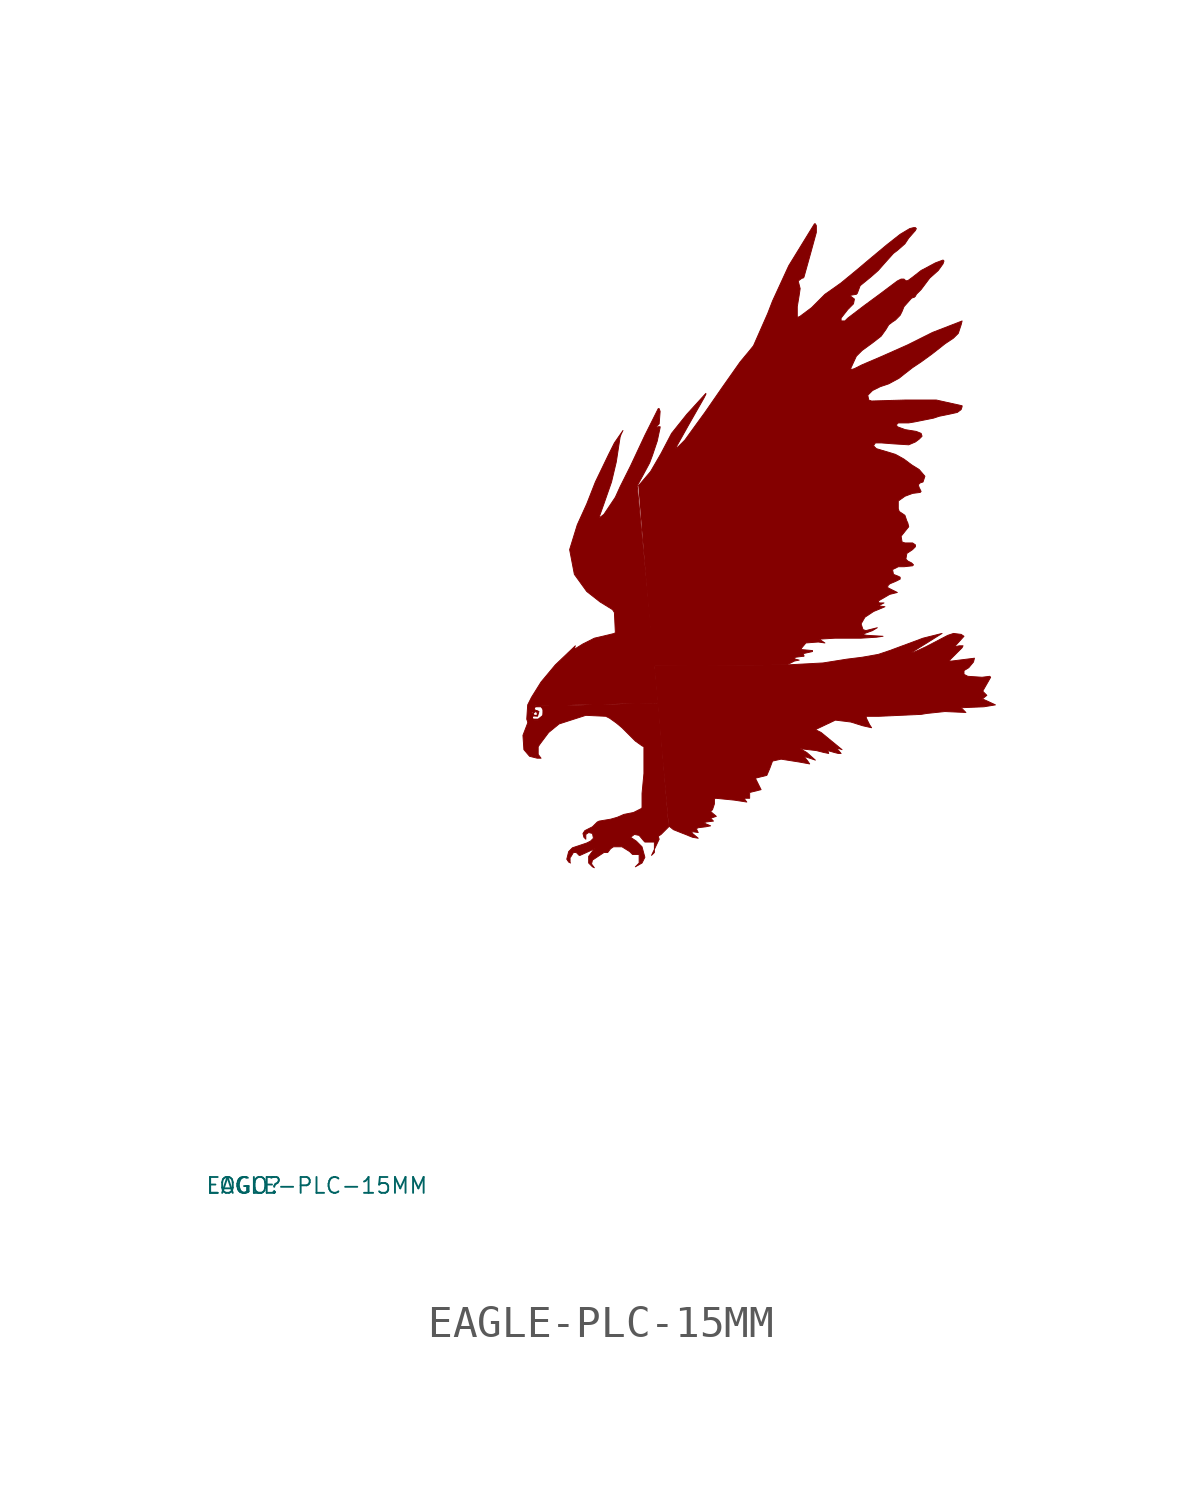
<source format=kicad_sym>
(kicad_symbol_lib
  (version 20220914)
  (generator Eagle2Kicad)
  (symbol "EAGLE-PLC-15MM"
    (property "Reference" "LOGO"
      (at -10 -10 0)
      (effects (font (size 0.5 0.5) (thickness 0.06)) (justify left)))
    (property "Value" "EAGLE-PLC-15MM"
      (at -10 -10 0)
      (effects (font (size 0.5 0.5) (thickness 0.06)) (justify left)))
    (polyline
      (pts (xy 1.533 0.18) (xy 1.473 0.21) (xy 1.413 0.301) (xy 1.473 0.541) (xy 1.593 0.661) (xy 1.864 0.751) (xy 2.044 0.812) (xy 2.164 0.872) (xy 2.255 0.962) (xy 2.224 1.112) (xy 2.104 1.142) (xy 2.014 1.082) (xy 2.014 0.932) (xy 1.954 0.992) (xy 1.924 1.112) (xy 1.984 1.202) (xy 2.104 1.263) (xy 2.224 1.323) (xy 2.284 1.383) (xy 2.375 1.473) (xy 2.435 1.503) (xy 2.796 1.563) (xy 3.006 1.623) (xy 3.216 1.714) (xy 3.367 1.744) (xy 3.517 1.774) (xy 3.757 1.894) (xy 3.788 1.924) (xy 3.788 2.375) (xy 3.848 3.006) (xy 3.848 3.848) (xy 3.788 3.878) (xy 3.577 4.028) (xy 3.367 4.238) (xy 3.156 4.449) (xy 2.976 4.599) (xy 2.766 4.749) (xy 2.645 4.81) (xy 2.014 4.84) (xy 1.172 4.569) (xy 0.842 4.299) (xy 0.571 3.938) (xy 0.511 3.848) (xy 0.511 3.607) (xy 0.601 3.487) (xy 0.481 3.487) (xy 0.24 3.547) (xy 0.06 3.757) (xy 0.03 4.208) (xy 0.18 4.599) (xy 0.18 4.63) (xy 0.15 4.72) (xy 0.18 5.17) (xy 0.301 5.411) (xy 0.601 5.892) (xy 1.052 6.433) (xy 1.683 7.034) (xy 1.653 6.944) (xy 1.683 6.944) (xy 1.924 7.094) (xy 2.284 7.275) (xy 2.916 7.425) (xy 2.946 7.455) (xy 2.916 8.086) (xy 2.856 8.176) (xy 2.465 8.417) (xy 2.044 8.747) (xy 1.653 9.289) (xy 1.503 10.07) (xy 1.744 10.852) (xy 2.044 11.513) (xy 2.315 12.204) (xy 2.735 13.076) (xy 2.916 13.437) (xy 3.186 13.828) (xy 3.127 13.707) (xy 3.096 13.617) (xy 2.976 12.836) (xy 2.826 12.204) (xy 2.585 11.513) (xy 2.435 11.092) (xy 2.465 11.092) (xy 2.585 11.182) (xy 2.946 11.723) (xy 3.096 12.054) (xy 3.427 12.715) (xy 3.878 13.678) (xy 4.299 14.519) (xy 4.329 14.519) (xy 4.359 14.429) (xy 4.329 14.038) (xy 4.238 13.948) (xy 4.238 13.918) (xy 4.299 13.948) (xy 4.359 13.948) (xy 4.359 13.918) (xy 4.269 13.497) (xy 4.118 13.046) (xy 4.028 12.806) (xy 3.818 12.415) (xy 3.637 12.084) (xy 4.299 5.231) (xy 0.421 5.14) (xy 0.301 4.96) (xy 0.301 4.81) (xy 0.331 4.72) (xy 0.391 4.689) (xy 0.511 4.689) (xy 0.661 4.81) (xy 0.661 5.08) (xy 0.601 5.14) (xy 1.052 5.14) (xy 4.299 5.23) (xy 4.63 1.323) (xy 4.389 1.082) (xy 4.299 1.022) (xy 4.329 0.932) (xy 4.088 0.421) (xy 4.178 0.511) (xy 4.178 0.842) (xy 3.878 0.842) (xy 3.848 0.872) (xy 3.697 1.052) (xy 3.547 1.082) (xy 3.427 0.992) (xy 3.607 0.872) (xy 3.788 0.691) (xy 3.878 0.361) (xy 3.788 0.18) (xy 3.577 0.06) (xy 3.697 0.18) (xy 3.697 0.451) (xy 3.487 0.451) (xy 3.397 0.541) (xy 3.156 0.691) (xy 2.886 0.691) (xy 2.796 0.631) (xy 2.705 0.511) (xy 2.585 0.511) (xy 2.315 0.331) (xy 2.224 0.271) (xy 2.194 0.15) (xy 2.284 0.03) (xy 2.224 0.06) (xy 2.104 0.18) (xy 2.104 0.391) (xy 2.284 0.631) (xy 2.164 0.571) (xy 1.834 0.421) (xy 1.804 0.421) (xy 1.714 0.511) (xy 1.623 0.511) (xy 1.533 0.361))
      (stroke (width 0.03) (type default))
      (fill (type outline)))
    (polyline
      (pts (xy 3.667 12.084) (xy 3.728 12.145) (xy 4.058 12.535) (xy 4.389 13.106) (xy 4.72 13.738) (xy 5.2 14.339) (xy 5.802 15) (xy 5.802 14.97) (xy 5.741 14.85) (xy 5.261 14.008) (xy 4.84 13.256) (xy 4.93 13.317) (xy 5.14 13.527) (xy 5.531 14.068) (xy 5.772 14.399) (xy 6.313 15.181) (xy 6.884 15.992) (xy 7.184 16.353) (xy 7.305 16.503) (xy 7.755 17.525) (xy 7.906 17.916) (xy 8.417 19.028) (xy 9.229 20.351) (xy 9.258 20.351) (xy 9.289 20.291) (xy 9.289 20.08) (xy 9.108 19.419) (xy 8.898 18.667) (xy 8.868 18.637) (xy 8.838 18.637) (xy 8.717 18.547) (xy 8.747 18.427) (xy 8.778 18.307) (xy 8.747 18.096) (xy 8.687 17.735) (xy 8.687 17.405) (xy 8.717 17.405) (xy 8.778 17.435) (xy 9.139 17.705) (xy 9.559 18.126) (xy 9.86 18.337) (xy 10.07 18.487) (xy 10.581 18.908) (xy 10.972 19.238) (xy 11.513 19.689) (xy 11.934 20.02) (xy 12.235 20.2) (xy 12.355 20.23) (xy 12.415 20.23) (xy 12.445 20.2) (xy 12.415 20.14) (xy 12.204 19.9) (xy 12.084 19.719) (xy 11.844 19.509) (xy 11.723 19.419) (xy 11.453 19.118) (xy 11.242 18.878) (xy 11.002 18.667) (xy 10.671 18.397) (xy 10.581 18.157) (xy 10.551 18.126) (xy 10.371 18.096) (xy 10.371 18.066) (xy 10.491 17.976) (xy 10.461 17.826) (xy 10.281 17.645) (xy 10.07 17.375) (xy 10.07 17.285) (xy 10.19 17.285) (xy 10.281 17.375) (xy 10.792 17.765) (xy 11.242 18.096) (xy 11.844 18.547) (xy 11.964 18.607) (xy 12.054 18.607) (xy 12.084 18.577) (xy 12.145 18.547) (xy 12.204 18.577) (xy 12.325 18.667) (xy 12.595 18.878) (xy 13.046 19.118) (xy 13.287 19.208) (xy 13.317 19.178) (xy 13.287 19.088) (xy 13.136 18.878) (xy 12.866 18.637) (xy 12.595 18.276) (xy 12.445 18.126) (xy 12.415 18.066) (xy 12.385 18.036) (xy 12.295 18.006) (xy 12.054 17.735) (xy 11.994 17.585) (xy 11.934 17.465) (xy 11.784 17.314) (xy 11.693 17.255) (xy 11.573 17.164) (xy 11.483 17.014) (xy 11.333 16.804) (xy 11.062 16.593) (xy 10.732 16.353) (xy 10.551 16.172) (xy 10.371 15.781) (xy 10.401 15.752) (xy 10.491 15.781) (xy 10.732 15.902) (xy 11.363 16.172) (xy 12.175 16.533) (xy 12.956 16.924) (xy 13.888 17.285) (xy 13.858 17.164) (xy 13.768 16.894) (xy 13.617 16.744) (xy 13.347 16.563) (xy 13.196 16.443) (xy 12.926 16.232) (xy 12.595 15.992) (xy 12.325 15.812) (xy 12.054 15.601) (xy 11.904 15.481) (xy 11.573 15.301) (xy 11.303 15.21) (xy 11.062 15.09) (xy 10.912 14.94) (xy 10.942 14.79) (xy 11.032 14.759) (xy 12.084 14.79) (xy 13.076 14.79) (xy 13.888 14.609) (xy 13.888 14.579) (xy 13.858 14.489) (xy 13.738 14.399) (xy 13.467 14.339) (xy 13.166 14.278) (xy 12.986 14.218) (xy 12.685 14.158) (xy 12.385 14.098) (xy 12.204 14.068) (xy 11.874 14.068) (xy 11.814 14.008) (xy 11.844 13.948) (xy 12.084 13.858) (xy 12.445 13.798) (xy 12.595 13.738) (xy 12.625 13.648) (xy 12.535 13.557) (xy 12.415 13.467) (xy 12.204 13.377) (xy 11.723 13.407) (xy 11.333 13.437) (xy 11.152 13.437) (xy 11.092 13.347) (xy 11.182 13.256) (xy 11.784 13.076) (xy 12.054 12.926) (xy 12.295 12.745) (xy 12.535 12.595) (xy 12.715 12.385) (xy 12.655 12.204) (xy 12.565 12.175) (xy 12.505 12.114) (xy 12.535 12.024) (xy 12.595 11.904) (xy 12.565 11.874) (xy 12.325 11.844) (xy 12.084 11.753) (xy 11.874 11.603) (xy 11.874 11.543) (xy 11.874 11.363) (xy 11.904 11.273) (xy 12.084 11.152) (xy 12.145 10.972) (xy 12.175 10.912) (xy 12.204 10.792) (xy 12.084 10.642) (xy 11.964 10.491) (xy 11.994 10.311) (xy 12.084 10.281) (xy 12.325 10.281) (xy 12.415 10.22) (xy 12.415 10.16) (xy 12.325 10.07) (xy 12.145 9.95) (xy 12.114 9.77) (xy 12.175 9.709) (xy 12.295 9.649) (xy 12.355 9.589) (xy 12.325 9.559) (xy 12.054 9.529) (xy 11.874 9.529) (xy 11.693 9.439) (xy 11.723 9.289) (xy 11.874 9.229) (xy 11.934 9.198) (xy 11.934 9.139) (xy 11.814 9.078) (xy 11.603 8.988) (xy 11.543 8.928) (xy 11.543 8.868) (xy 11.603 8.838) (xy 11.844 8.717) (xy 11.603 8.657) (xy 11.242 8.447) (xy 11.273 8.387) (xy 11.423 8.387) (xy 11.242 8.296) (xy 11.453 8.267) (xy 11.092 8.116) (xy 10.822 7.936) (xy 10.701 7.726) (xy 10.761 7.545) (xy 10.852 7.515) (xy 11.212 7.605) (xy 11.062 7.515) (xy 10.732 7.395) (xy 10.882 7.365) (xy 11.393 7.335) (xy 11.182 7.305) (xy 10.701 7.275) (xy 9.89 7.275) (xy 9.379 7.244) (xy 9.559 7.124) (xy 9.349 7.154) (xy 8.958 7.124) (xy 8.808 6.944) (xy 8.838 6.914) (xy 9.168 6.884) (xy 9.168 6.854) (xy 8.898 6.793) (xy 8.868 6.763) (xy 8.898 6.734) (xy 8.898 6.703) (xy 8.868 6.703) (xy 8.627 6.673) (xy 8.597 6.643) (xy 8.627 6.613) (xy 8.747 6.583) (xy 8.597 6.553) (xy 8.357 6.433) (xy 4.148 6.403))
      (stroke (width 0.03) (type default))
      (fill (type outline)))
    (polyline
      (pts (xy 4.178 6.403) (xy 8.387 6.433) (xy 9.499 6.493) (xy 10.25 6.613) (xy 10.732 6.673) (xy 11.242 6.763) (xy 11.603 6.884) (xy 12.655 7.275) (xy 13.256 7.425) (xy 12.295 6.824) (xy 12.355 6.824) (xy 12.745 7.004) (xy 13.437 7.365) (xy 13.617 7.425) (xy 13.858 7.395) (xy 13.948 7.335) (xy 13.648 7.004) (xy 13.798 7.034) (xy 13.918 7.034) (xy 13.888 6.974) (xy 13.497 6.583) (xy 13.497 6.553) (xy 13.557 6.553) (xy 14.278 6.643) (xy 14.248 6.523) (xy 14.098 6.343) (xy 13.948 6.252) (xy 13.948 6.133) (xy 14.068 6.072) (xy 14.519 6.042) (xy 14.759 6.072) (xy 14.79 6.042) (xy 14.549 5.621) (xy 14.549 5.591) (xy 14.669 5.471) (xy 14.519 5.351) (xy 14.549 5.351) (xy 14.94 5.17) (xy 14.579 5.11) (xy 13.858 5.08) (xy 14.008 4.93) (xy 13.347 4.96) (xy 12.775 4.9) (xy 12.595 4.87) (xy 11.273 4.81) (xy 10.852 4.81) (xy 10.882 4.72) (xy 10.972 4.539) (xy 11.032 4.449) (xy 10.761 4.509) (xy 10.371 4.63) (xy 9.89 4.689) (xy 9.258 4.389) (xy 9.439 4.299) (xy 10.1 3.757) (xy 9.92 3.818) (xy 10.07 3.637) (xy 9.98 3.637) (xy 9.86 3.667) (xy 9.649 3.728) (xy 9.679 3.637) (xy 9.529 3.667) (xy 9.289 3.728) (xy 8.778 3.788) (xy 8.988 3.667) (xy 9.258 3.427) (xy 8.898 3.547) (xy 9.018 3.397) (xy 9.078 3.307) (xy 8.747 3.367) (xy 8.176 3.457) (xy 7.906 3.397) (xy 7.816 3.156) (xy 7.726 2.946) (xy 7.365 2.856) (xy 7.545 2.495) (xy 7.184 2.405) (xy 7.184 2.224) (xy 7.004 2.224) (xy 7.094 2.104) (xy 6.703 2.164) (xy 6.102 2.224) (xy 6.072 2.194) (xy 6.072 2.104) (xy 6.072 2.044) (xy 6.012 1.864) (xy 5.952 1.804) (xy 6.133 1.653) (xy 5.952 1.593) (xy 6.042 1.503) (xy 5.802 1.473) (xy 5.741 1.443) (xy 5.952 1.353) (xy 5.802 1.323) (xy 5.561 1.293) (xy 5.501 1.263) (xy 5.561 1.142) (xy 5.351 1.172) (xy 5.381 1.112) (xy 5.561 0.962) (xy 5.381 0.992) (xy 4.78 1.232) (xy 4.63 1.353))
      (stroke (width 0.03) (type default))
      (fill (type outline)))
    (polyline
      (pts (xy 0.301 4.96) (xy 0.331 5.02) (xy 0.391 5.11) (xy 0.541 5.17) (xy 0.691 5.08) (xy 0.722 4.84) (xy 0.571 4.689) (xy 0.331 4.689) (xy 0.271 4.749) (xy 0.271 4.9) (xy 0.331 4.9) (xy 0.331 4.84) (xy 0.331 4.749) (xy 0.361 4.72) (xy 0.511 4.72) (xy 0.661 4.84) (xy 0.691 4.99) (xy 0.601 5.11) (xy 0.421 5.11) (xy 0.385 5.047) (xy 0.428 4.995) (xy 0.469 4.992) (xy 0.535 4.961) (xy 0.491 4.812) (xy 0.392 4.819) (xy 0.331 4.81) (xy 0.363 4.873) (xy 0.391 4.84) (xy 0.481 4.84) (xy 0.481 4.93) (xy 0.421 4.96) (xy 0.358 4.9) (xy 0.361 4.87))
      (stroke (width 0.03) (type default))
      (fill (type outline)))))
</source>
